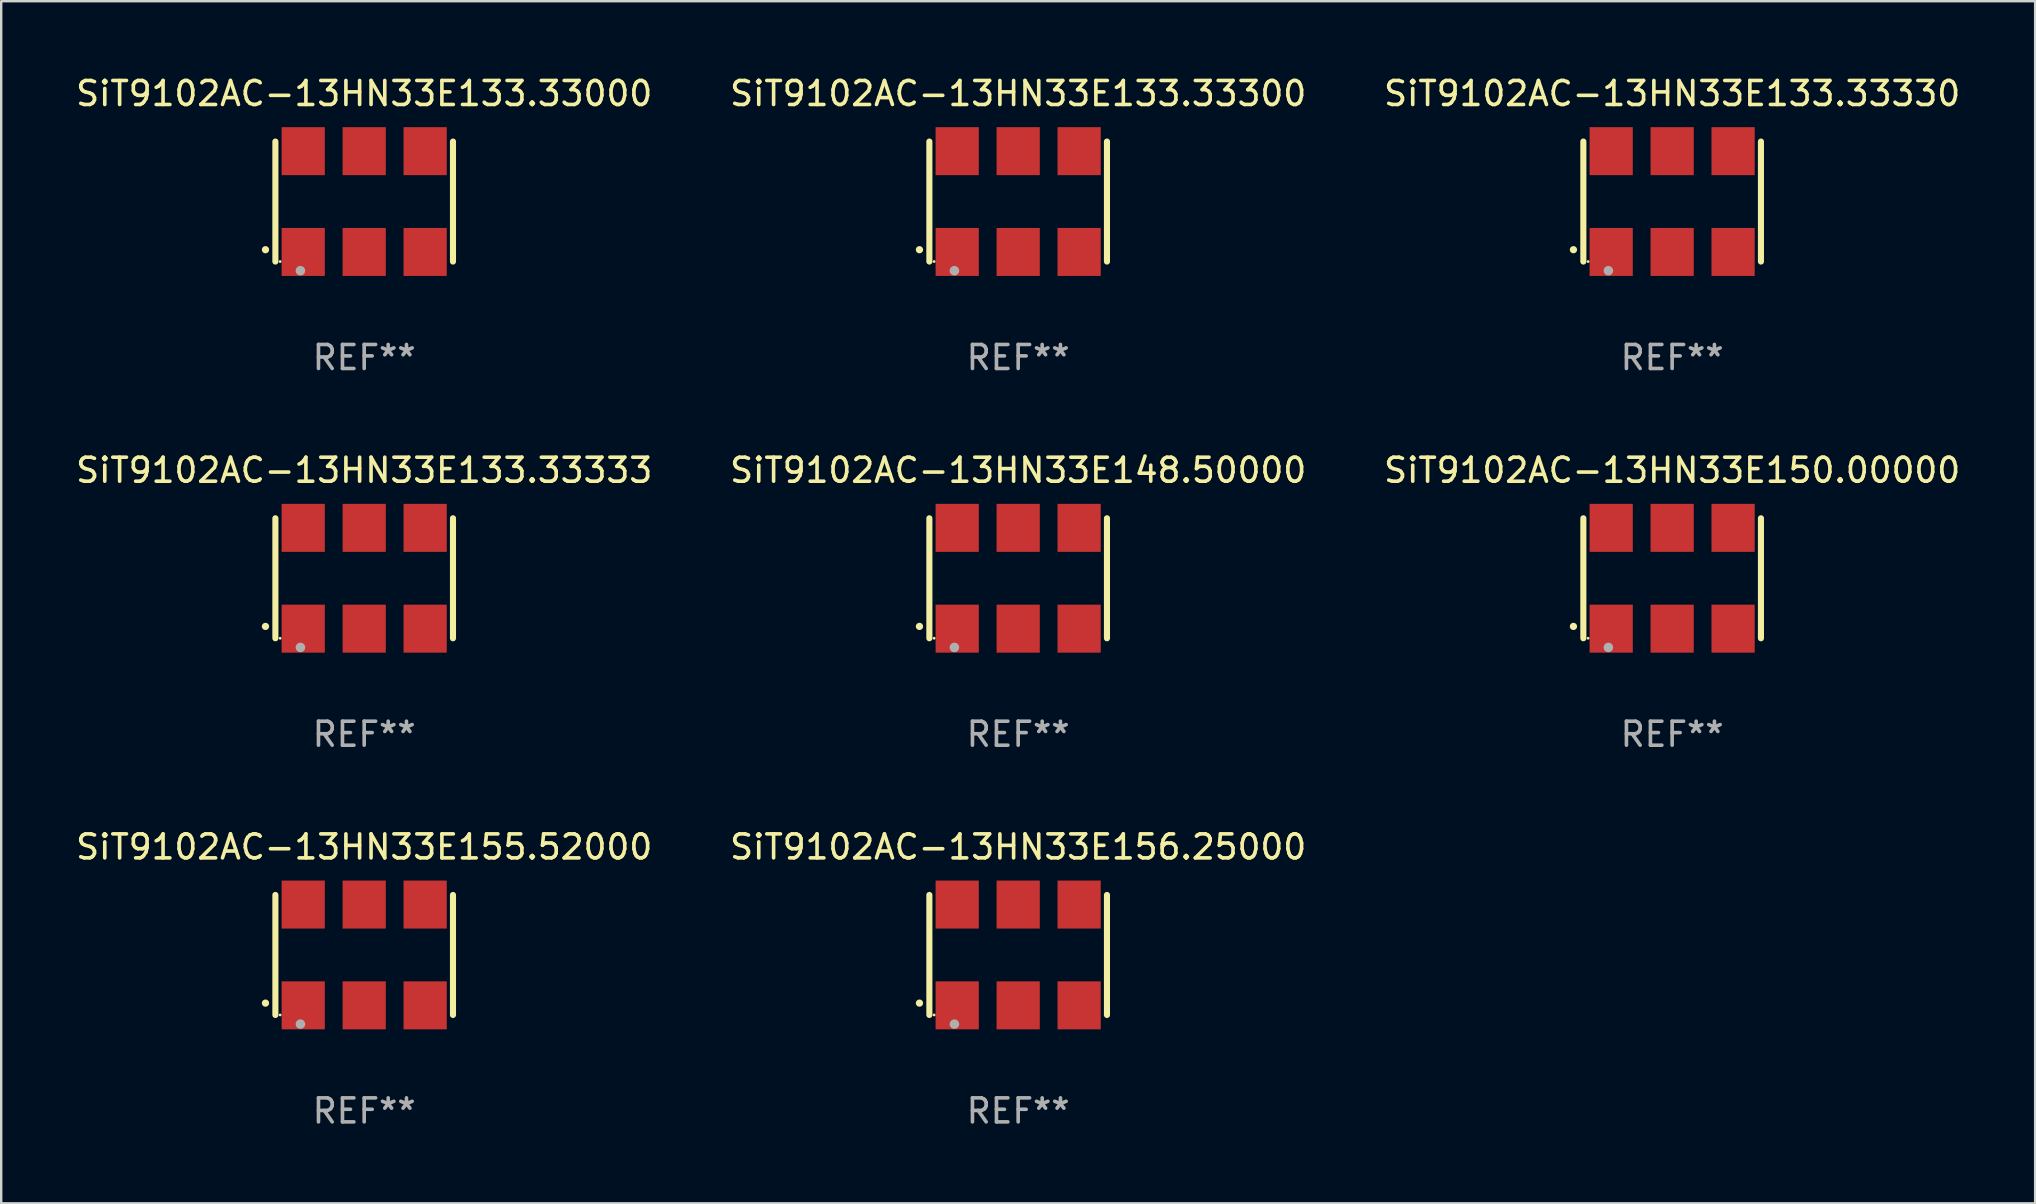
<source format=kicad_pcb>
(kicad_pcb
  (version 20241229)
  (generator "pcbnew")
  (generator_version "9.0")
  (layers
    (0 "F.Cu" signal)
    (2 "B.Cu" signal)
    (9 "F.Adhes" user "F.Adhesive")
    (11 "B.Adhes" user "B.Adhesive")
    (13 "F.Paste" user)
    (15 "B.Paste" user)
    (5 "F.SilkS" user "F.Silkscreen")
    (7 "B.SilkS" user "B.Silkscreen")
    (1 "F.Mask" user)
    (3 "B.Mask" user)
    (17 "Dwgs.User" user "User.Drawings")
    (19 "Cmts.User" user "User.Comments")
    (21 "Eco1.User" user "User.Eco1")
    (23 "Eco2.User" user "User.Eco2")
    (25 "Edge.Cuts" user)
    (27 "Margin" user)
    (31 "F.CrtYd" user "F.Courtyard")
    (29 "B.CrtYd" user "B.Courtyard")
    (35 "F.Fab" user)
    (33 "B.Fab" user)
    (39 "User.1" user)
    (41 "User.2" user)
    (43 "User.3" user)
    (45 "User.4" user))
  (footprint "SiT9102AC-13HN33E133.33330"
    (layer "F.Cu")
    (at 66.625 5.348)
    (property "Reference" "SiT9102AC-13HN33E133.33330" (at 0 -4.5 0) (layer "F.SilkS") (effects (font (size 1 1) (thickness 0.15))))
    (attr through_hole)
    (fp_line (start -3.7 -2.5) (end -3.7 2.5) (stroke (width 0.254) (type solid)) (layer "F.SilkS"))
    (fp_line (start 3.7 -2.5) (end 3.7 2.5) (stroke (width 0.254) (type solid)) (layer "F.SilkS"))
    (fp_arc (start -4.114415 2.006604) (mid -4.113145 2.006599) (end -4.111875 2.006604) (stroke (width 0.3) (type solid)) (layer "F.SilkS"))
    (fp_circle (center -3.502 2.5) (end -3.472 2.5) (stroke (width 0.06) (type solid)) (fill no) (layer "F.SilkS"))
    (fp_circle (center -2.657 2.882) (end -2.557 2.882) (stroke (width 0.2) (type solid)) (fill no) (layer "F.Fab"))
    (fp_text user "REF**" (at 0 6.5 0) (layer "F.Fab") (effects (font (size 1 1) (thickness 0.15))))
    (pad "1" smd rect (at -2.54 2.1) (size 1.8 2) (layers "F.Cu" "F.Mask" "F.Paste"))
    (pad "2" smd rect (at 0.000394 2.1) (size 1.8 2) (layers "F.Cu" "F.Mask" "F.Paste"))
    (pad "3" smd rect (at 2.54 2.1) (size 1.8 2) (layers "F.Cu" "F.Mask" "F.Paste"))
    (pad "4" smd rect (at 2.54 -2.1) (size 1.8 2) (layers "F.Cu" "F.Mask" "F.Paste"))
    (pad "5" smd rect (at 0.000394 -2.1) (size 1.8 2) (layers "F.Cu" "F.Mask" "F.Paste"))
    (pad "6" smd rect (at -2.54 -2.1) (size 1.8 2) (layers "F.Cu" "F.Mask" "F.Paste")))
  (footprint "SiT9102AC-13HN33E155.52000"
    (layer "F.Cu")
    (at 12.125 36.741)
    (property "Reference" "SiT9102AC-13HN33E155.52000" (at 0 -4.5 0) (layer "F.SilkS") (effects (font (size 1 1) (thickness 0.15))))
    (attr through_hole)
    (fp_line (start -3.7 -2.5) (end -3.7 2.5) (stroke (width 0.254) (type solid)) (layer "F.SilkS"))
    (fp_line (start 3.7 -2.5) (end 3.7 2.5) (stroke (width 0.254) (type solid)) (layer "F.SilkS"))
    (fp_arc (start -4.114415 2.006604) (mid -4.113145 2.006599) (end -4.111875 2.006604) (stroke (width 0.3) (type solid)) (layer "F.SilkS"))
    (fp_circle (center -3.502 2.5) (end -3.472 2.5) (stroke (width 0.06) (type solid)) (fill no) (layer "F.SilkS"))
    (fp_circle (center -2.657 2.882) (end -2.557 2.882) (stroke (width 0.2) (type solid)) (fill no) (layer "F.Fab"))
    (fp_text user "REF**" (at 0 6.5 0) (layer "F.Fab") (effects (font (size 1 1) (thickness 0.15))))
    (pad "1" smd rect (at -2.54 2.1) (size 1.8 2) (layers "F.Cu" "F.Mask" "F.Paste"))
    (pad "2" smd rect (at 0.000394 2.1) (size 1.8 2) (layers "F.Cu" "F.Mask" "F.Paste"))
    (pad "3" smd rect (at 2.54 2.1) (size 1.8 2) (layers "F.Cu" "F.Mask" "F.Paste"))
    (pad "4" smd rect (at 2.54 -2.1) (size 1.8 2) (layers "F.Cu" "F.Mask" "F.Paste"))
    (pad "5" smd rect (at 0.000394 -2.1) (size 1.8 2) (layers "F.Cu" "F.Mask" "F.Paste"))
    (pad "6" smd rect (at -2.54 -2.1) (size 1.8 2) (layers "F.Cu" "F.Mask" "F.Paste")))
  (footprint "SiT9102AC-13HN33E150.00000"
    (layer "F.Cu")
    (at 66.625 21.045)
    (property "Reference" "SiT9102AC-13HN33E150.00000" (at 0 -4.5 0) (layer "F.SilkS") (effects (font (size 1 1) (thickness 0.15))))
    (attr through_hole)
    (fp_line (start -3.7 -2.5) (end -3.7 2.5) (stroke (width 0.254) (type solid)) (layer "F.SilkS"))
    (fp_line (start 3.7 -2.5) (end 3.7 2.5) (stroke (width 0.254) (type solid)) (layer "F.SilkS"))
    (fp_arc (start -4.114415 2.006604) (mid -4.113145 2.006599) (end -4.111875 2.006604) (stroke (width 0.3) (type solid)) (layer "F.SilkS"))
    (fp_circle (center -3.502 2.5) (end -3.472 2.5) (stroke (width 0.06) (type solid)) (fill no) (layer "F.SilkS"))
    (fp_circle (center -2.657 2.882) (end -2.557 2.882) (stroke (width 0.2) (type solid)) (fill no) (layer "F.Fab"))
    (fp_text user "REF**" (at 0 6.5 0) (layer "F.Fab") (effects (font (size 1 1) (thickness 0.15))))
    (pad "1" smd rect (at -2.54 2.1) (size 1.8 2) (layers "F.Cu" "F.Mask" "F.Paste"))
    (pad "2" smd rect (at 0.000394 2.1) (size 1.8 2) (layers "F.Cu" "F.Mask" "F.Paste"))
    (pad "3" smd rect (at 2.54 2.1) (size 1.8 2) (layers "F.Cu" "F.Mask" "F.Paste"))
    (pad "4" smd rect (at 2.54 -2.1) (size 1.8 2) (layers "F.Cu" "F.Mask" "F.Paste"))
    (pad "5" smd rect (at 0.000394 -2.1) (size 1.8 2) (layers "F.Cu" "F.Mask" "F.Paste"))
    (pad "6" smd rect (at -2.54 -2.1) (size 1.8 2) (layers "F.Cu" "F.Mask" "F.Paste")))
  (footprint "SiT9102AC-13HN33E133.33000"
    (layer "F.Cu")
    (at 12.125 5.348)
    (property "Reference" "SiT9102AC-13HN33E133.33000" (at 0 -4.5 0) (layer "F.SilkS") (effects (font (size 1 1) (thickness 0.15))))
    (attr through_hole)
    (fp_line (start -3.7 -2.5) (end -3.7 2.5) (stroke (width 0.254) (type solid)) (layer "F.SilkS"))
    (fp_line (start 3.7 -2.5) (end 3.7 2.5) (stroke (width 0.254) (type solid)) (layer "F.SilkS"))
    (fp_arc (start -4.114415 2.006604) (mid -4.113145 2.006599) (end -4.111875 2.006604) (stroke (width 0.3) (type solid)) (layer "F.SilkS"))
    (fp_circle (center -3.502 2.5) (end -3.472 2.5) (stroke (width 0.06) (type solid)) (fill no) (layer "F.SilkS"))
    (fp_circle (center -2.657 2.882) (end -2.557 2.882) (stroke (width 0.2) (type solid)) (fill no) (layer "F.Fab"))
    (fp_text user "REF**" (at 0 6.5 0) (layer "F.Fab") (effects (font (size 1 1) (thickness 0.15))))
    (pad "1" smd rect (at -2.54 2.1) (size 1.8 2) (layers "F.Cu" "F.Mask" "F.Paste"))
    (pad "2" smd rect (at 0.000394 2.1) (size 1.8 2) (layers "F.Cu" "F.Mask" "F.Paste"))
    (pad "3" smd rect (at 2.54 2.1) (size 1.8 2) (layers "F.Cu" "F.Mask" "F.Paste"))
    (pad "4" smd rect (at 2.54 -2.1) (size 1.8 2) (layers "F.Cu" "F.Mask" "F.Paste"))
    (pad "5" smd rect (at 0.000394 -2.1) (size 1.8 2) (layers "F.Cu" "F.Mask" "F.Paste"))
    (pad "6" smd rect (at -2.54 -2.1) (size 1.8 2) (layers "F.Cu" "F.Mask" "F.Paste")))
  (footprint "SiT9102AC-13HN33E148.50000"
    (layer "F.Cu")
    (at 39.375 21.045)
    (property "Reference" "SiT9102AC-13HN33E148.50000" (at 0 -4.5 0) (layer "F.SilkS") (effects (font (size 1 1) (thickness 0.15))))
    (attr through_hole)
    (fp_line (start -3.7 -2.5) (end -3.7 2.5) (stroke (width 0.254) (type solid)) (layer "F.SilkS"))
    (fp_line (start 3.7 -2.5) (end 3.7 2.5) (stroke (width 0.254) (type solid)) (layer "F.SilkS"))
    (fp_arc (start -4.114415 2.006604) (mid -4.113145 2.006599) (end -4.111875 2.006604) (stroke (width 0.3) (type solid)) (layer "F.SilkS"))
    (fp_circle (center -3.502 2.5) (end -3.472 2.5) (stroke (width 0.06) (type solid)) (fill no) (layer "F.SilkS"))
    (fp_circle (center -2.657 2.882) (end -2.557 2.882) (stroke (width 0.2) (type solid)) (fill no) (layer "F.Fab"))
    (fp_text user "REF**" (at 0 6.5 0) (layer "F.Fab") (effects (font (size 1 1) (thickness 0.15))))
    (pad "1" smd rect (at -2.54 2.1) (size 1.8 2) (layers "F.Cu" "F.Mask" "F.Paste"))
    (pad "2" smd rect (at 0.000394 2.1) (size 1.8 2) (layers "F.Cu" "F.Mask" "F.Paste"))
    (pad "3" smd rect (at 2.54 2.1) (size 1.8 2) (layers "F.Cu" "F.Mask" "F.Paste"))
    (pad "4" smd rect (at 2.54 -2.1) (size 1.8 2) (layers "F.Cu" "F.Mask" "F.Paste"))
    (pad "5" smd rect (at 0.000394 -2.1) (size 1.8 2) (layers "F.Cu" "F.Mask" "F.Paste"))
    (pad "6" smd rect (at -2.54 -2.1) (size 1.8 2) (layers "F.Cu" "F.Mask" "F.Paste")))
  (footprint "SiT9102AC-13HN33E133.33300"
    (layer "F.Cu")
    (at 39.375 5.348)
    (property "Reference" "SiT9102AC-13HN33E133.33300" (at 0 -4.5 0) (layer "F.SilkS") (effects (font (size 1 1) (thickness 0.15))))
    (attr through_hole)
    (fp_line (start -3.7 -2.5) (end -3.7 2.5) (stroke (width 0.254) (type solid)) (layer "F.SilkS"))
    (fp_line (start 3.7 -2.5) (end 3.7 2.5) (stroke (width 0.254) (type solid)) (layer "F.SilkS"))
    (fp_arc (start -4.114415 2.006604) (mid -4.113145 2.006599) (end -4.111875 2.006604) (stroke (width 0.3) (type solid)) (layer "F.SilkS"))
    (fp_circle (center -3.502 2.5) (end -3.472 2.5) (stroke (width 0.06) (type solid)) (fill no) (layer "F.SilkS"))
    (fp_circle (center -2.657 2.882) (end -2.557 2.882) (stroke (width 0.2) (type solid)) (fill no) (layer "F.Fab"))
    (fp_text user "REF**" (at 0 6.5 0) (layer "F.Fab") (effects (font (size 1 1) (thickness 0.15))))
    (pad "1" smd rect (at -2.54 2.1) (size 1.8 2) (layers "F.Cu" "F.Mask" "F.Paste"))
    (pad "2" smd rect (at 0.000394 2.1) (size 1.8 2) (layers "F.Cu" "F.Mask" "F.Paste"))
    (pad "3" smd rect (at 2.54 2.1) (size 1.8 2) (layers "F.Cu" "F.Mask" "F.Paste"))
    (pad "4" smd rect (at 2.54 -2.1) (size 1.8 2) (layers "F.Cu" "F.Mask" "F.Paste"))
    (pad "5" smd rect (at 0.000394 -2.1) (size 1.8 2) (layers "F.Cu" "F.Mask" "F.Paste"))
    (pad "6" smd rect (at -2.54 -2.1) (size 1.8 2) (layers "F.Cu" "F.Mask" "F.Paste")))
  (footprint "SiT9102AC-13HN33E133.33333"
    (layer "F.Cu")
    (at 12.125 21.045)
    (property "Reference" "SiT9102AC-13HN33E133.33333" (at 0 -4.5 0) (layer "F.SilkS") (effects (font (size 1 1) (thickness 0.15))))
    (attr through_hole)
    (fp_line (start -3.7 -2.5) (end -3.7 2.5) (stroke (width 0.254) (type solid)) (layer "F.SilkS"))
    (fp_line (start 3.7 -2.5) (end 3.7 2.5) (stroke (width 0.254) (type solid)) (layer "F.SilkS"))
    (fp_arc (start -4.114415 2.006604) (mid -4.113145 2.006599) (end -4.111875 2.006604) (stroke (width 0.3) (type solid)) (layer "F.SilkS"))
    (fp_circle (center -3.502 2.5) (end -3.472 2.5) (stroke (width 0.06) (type solid)) (fill no) (layer "F.SilkS"))
    (fp_circle (center -2.657 2.882) (end -2.557 2.882) (stroke (width 0.2) (type solid)) (fill no) (layer "F.Fab"))
    (fp_text user "REF**" (at 0 6.5 0) (layer "F.Fab") (effects (font (size 1 1) (thickness 0.15))))
    (pad "1" smd rect (at -2.54 2.1) (size 1.8 2) (layers "F.Cu" "F.Mask" "F.Paste"))
    (pad "2" smd rect (at 0.000394 2.1) (size 1.8 2) (layers "F.Cu" "F.Mask" "F.Paste"))
    (pad "3" smd rect (at 2.54 2.1) (size 1.8 2) (layers "F.Cu" "F.Mask" "F.Paste"))
    (pad "4" smd rect (at 2.54 -2.1) (size 1.8 2) (layers "F.Cu" "F.Mask" "F.Paste"))
    (pad "5" smd rect (at 0.000394 -2.1) (size 1.8 2) (layers "F.Cu" "F.Mask" "F.Paste"))
    (pad "6" smd rect (at -2.54 -2.1) (size 1.8 2) (layers "F.Cu" "F.Mask" "F.Paste")))
  (footprint "SiT9102AC-13HN33E156.25000"
    (layer "F.Cu")
    (at 39.375 36.741)
    (property "Reference" "SiT9102AC-13HN33E156.25000" (at 0 -4.5 0) (layer "F.SilkS") (effects (font (size 1 1) (thickness 0.15))))
    (attr through_hole)
    (fp_line (start -3.7 -2.5) (end -3.7 2.5) (stroke (width 0.254) (type solid)) (layer "F.SilkS"))
    (fp_line (start 3.7 -2.5) (end 3.7 2.5) (stroke (width 0.254) (type solid)) (layer "F.SilkS"))
    (fp_arc (start -4.114415 2.006604) (mid -4.113145 2.006599) (end -4.111875 2.006604) (stroke (width 0.3) (type solid)) (layer "F.SilkS"))
    (fp_circle (center -3.502 2.5) (end -3.472 2.5) (stroke (width 0.06) (type solid)) (fill no) (layer "F.SilkS"))
    (fp_circle (center -2.657 2.882) (end -2.557 2.882) (stroke (width 0.2) (type solid)) (fill no) (layer "F.Fab"))
    (fp_text user "REF**" (at 0 6.5 0) (layer "F.Fab") (effects (font (size 1 1) (thickness 0.15))))
    (pad "1" smd rect (at -2.54 2.1) (size 1.8 2) (layers "F.Cu" "F.Mask" "F.Paste"))
    (pad "2" smd rect (at 0.000394 2.1) (size 1.8 2) (layers "F.Cu" "F.Mask" "F.Paste"))
    (pad "3" smd rect (at 2.54 2.1) (size 1.8 2) (layers "F.Cu" "F.Mask" "F.Paste"))
    (pad "4" smd rect (at 2.54 -2.1) (size 1.8 2) (layers "F.Cu" "F.Mask" "F.Paste"))
    (pad "5" smd rect (at 0.000394 -2.1) (size 1.8 2) (layers "F.Cu" "F.Mask" "F.Paste"))
    (pad "6" smd rect (at -2.54 -2.1) (size 1.8 2) (layers "F.Cu" "F.Mask" "F.Paste")))
  (gr_rect
    (start -3 -3)
    (end 81.75 47.09)
    (stroke (width 0.1) (type default))
    (fill no)
    (layer "Edge.Cuts")))
</source>
